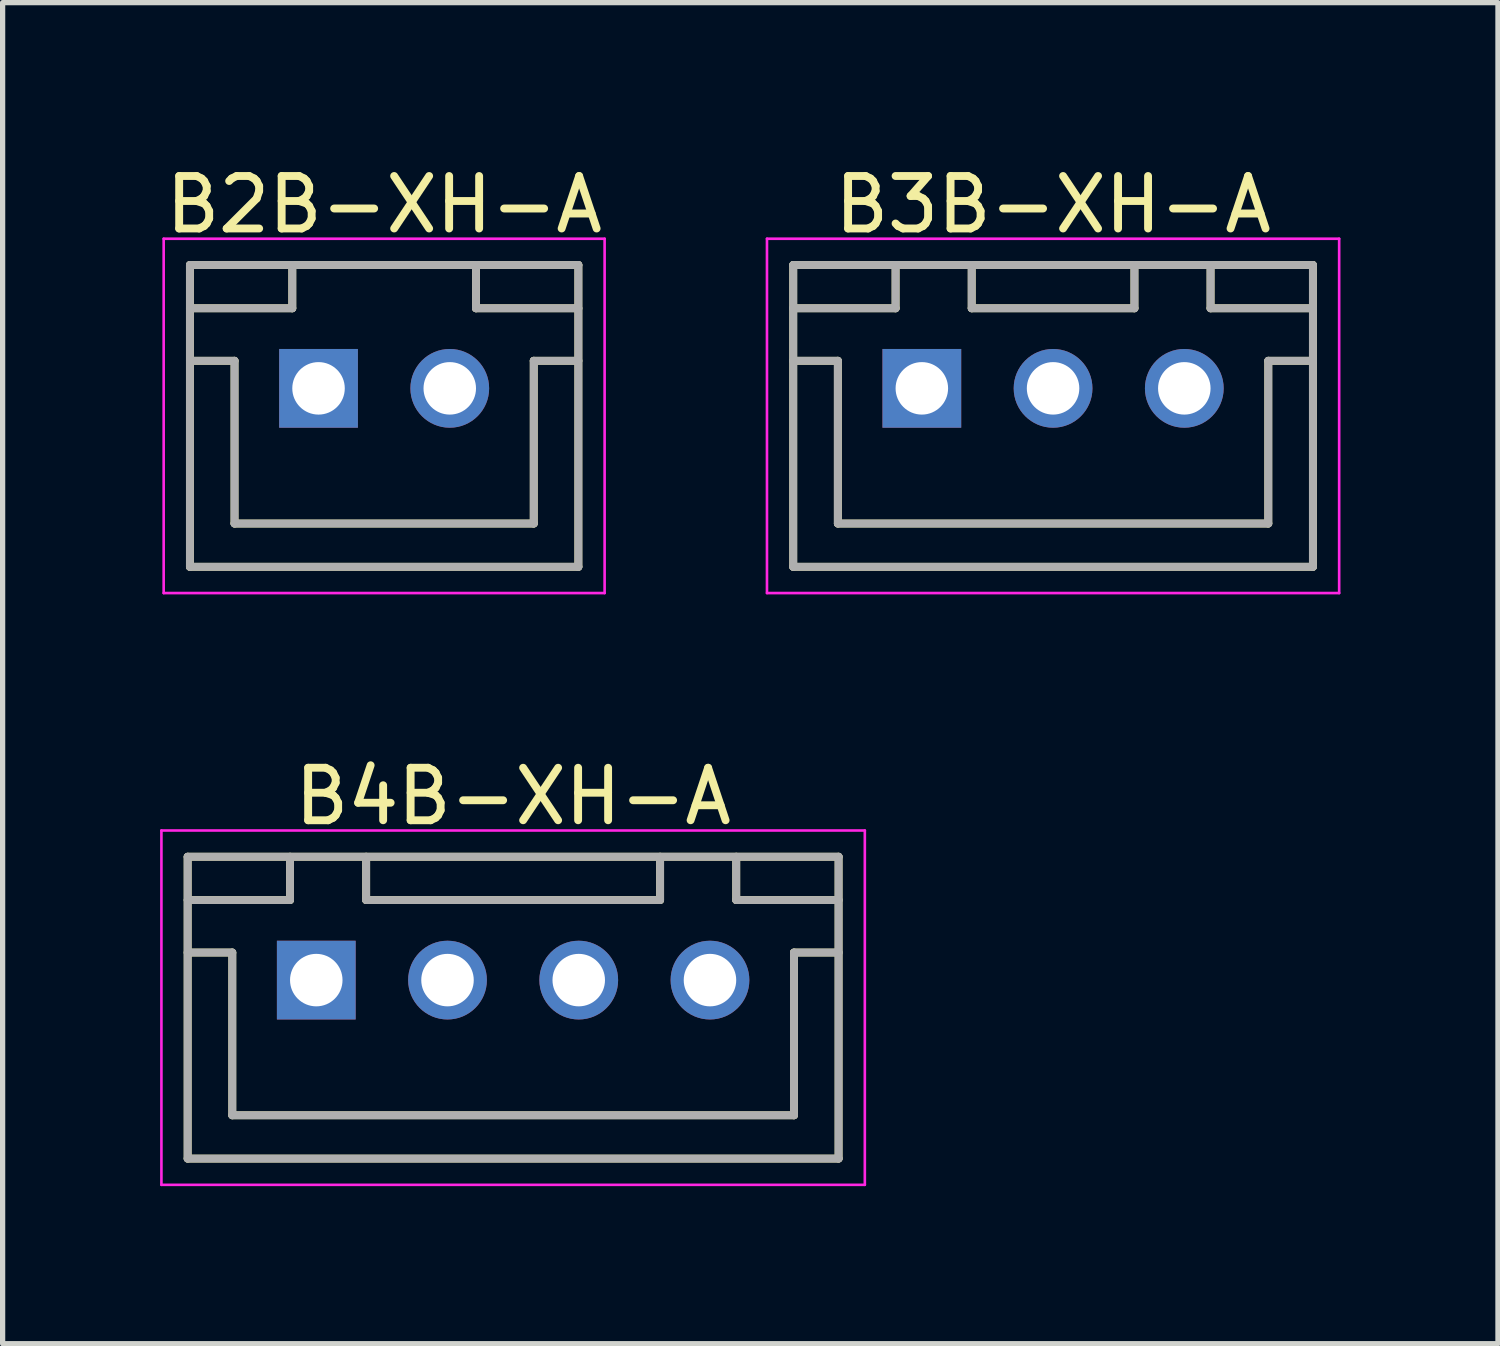
<source format=kicad_pcb>
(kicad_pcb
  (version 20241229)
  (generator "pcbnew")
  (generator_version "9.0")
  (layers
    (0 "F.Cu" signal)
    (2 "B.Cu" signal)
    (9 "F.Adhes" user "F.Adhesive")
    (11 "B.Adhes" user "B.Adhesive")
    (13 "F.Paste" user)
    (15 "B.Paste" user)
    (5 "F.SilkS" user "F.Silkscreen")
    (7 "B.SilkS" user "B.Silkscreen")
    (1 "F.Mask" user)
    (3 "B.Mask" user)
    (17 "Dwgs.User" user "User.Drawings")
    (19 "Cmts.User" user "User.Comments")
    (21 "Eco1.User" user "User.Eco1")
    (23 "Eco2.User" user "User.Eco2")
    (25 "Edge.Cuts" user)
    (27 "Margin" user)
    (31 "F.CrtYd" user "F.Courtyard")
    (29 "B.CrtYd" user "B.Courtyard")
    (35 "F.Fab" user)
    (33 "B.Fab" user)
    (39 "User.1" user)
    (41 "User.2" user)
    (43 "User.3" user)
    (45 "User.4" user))
  (footprint "B2B-XH-A"
    (layer "F.Cu")
    (at 4.268 4.348)
    (property "Reference" "B2B-XH-A" (at 0 -3.5 0) (layer "F.SilkS") (effects (font (size 1 1) (thickness 0.15))))
    (attr smd)
    (fp_line (start -3.7 -2.35) (end -3.7 3.4) (stroke (width 0.15) (type solid)) (layer "F.SilkS"))
    (fp_line (start -3.7 -2.35) (end 3.7 -2.35) (stroke (width 0.15) (type solid)) (layer "F.SilkS"))
    (fp_line (start -3.7 -1.525) (end -1.75 -1.525) (stroke (width 0.15) (type solid)) (layer "F.SilkS"))
    (fp_line (start -3.7 -0.525) (end -2.85 -0.525) (stroke (width 0.15) (type solid)) (layer "F.SilkS"))
    (fp_line (start -3.7 3.4) (end 3.7 3.4) (stroke (width 0.15) (type solid)) (layer "F.SilkS"))
    (fp_line (start -2.85 -0.525) (end -2.85 2.575) (stroke (width 0.15) (type solid)) (layer "F.SilkS"))
    (fp_line (start -2.85 2.575) (end 2.85 2.575) (stroke (width 0.15) (type solid)) (layer "F.SilkS"))
    (fp_line (start -1.75 -2.35) (end -1.75 -1.525) (stroke (width 0.15) (type solid)) (layer "F.SilkS"))
    (fp_line (start 1.75 -2.35) (end 1.75 -1.525) (stroke (width 0.15) (type solid)) (layer "F.SilkS"))
    (fp_line (start 1.75 -1.525) (end 3.7 -1.525) (stroke (width 0.15) (type solid)) (layer "F.SilkS"))
    (fp_line (start 2.85 -0.525) (end 2.85 2.575) (stroke (width 0.15) (type solid)) (layer "F.SilkS"))
    (fp_line (start 2.85 -0.525) (end 3.7 -0.525) (stroke (width 0.15) (type solid)) (layer "F.SilkS"))
    (fp_line (start 3.7 -2.35) (end 3.7 3.4) (stroke (width 0.15) (type solid)) (layer "F.SilkS"))
    (fp_line (start -4.2 -2.85) (end -4.2 3.9) (stroke (width 0.05) (type solid)) (layer "F.CrtYd"))
    (fp_line (start -4.2 -2.85) (end 4.2 -2.85) (stroke (width 0.05) (type solid)) (layer "F.CrtYd"))
    (fp_line (start -4.2 3.9) (end 4.2 3.9) (stroke (width 0.05) (type solid)) (layer "F.CrtYd"))
    (fp_line (start 4.2 -2.85) (end 4.2 3.9) (stroke (width 0.05) (type solid)) (layer "F.CrtYd"))
    (fp_line (start -3.7 -2.35) (end -3.7 3.4) (stroke (width 0.15) (type solid)) (layer "F.Fab"))
    (fp_line (start -3.7 -2.35) (end 3.7 -2.35) (stroke (width 0.15) (type solid)) (layer "F.Fab"))
    (fp_line (start -3.7 -1.525) (end -1.75 -1.525) (stroke (width 0.15) (type solid)) (layer "F.Fab"))
    (fp_line (start -3.7 -0.525) (end -2.85 -0.525) (stroke (width 0.15) (type solid)) (layer "F.Fab"))
    (fp_line (start -3.7 3.4) (end 3.7 3.4) (stroke (width 0.15) (type solid)) (layer "F.Fab"))
    (fp_line (start -2.85 -0.525) (end -2.85 2.575) (stroke (width 0.15) (type solid)) (layer "F.Fab"))
    (fp_line (start -2.85 2.575) (end 2.85 2.575) (stroke (width 0.15) (type solid)) (layer "F.Fab"))
    (fp_line (start -1.75 -2.35) (end -1.75 -1.525) (stroke (width 0.15) (type solid)) (layer "F.Fab"))
    (fp_line (start 1.75 -2.35) (end 1.75 -1.525) (stroke (width 0.15) (type solid)) (layer "F.Fab"))
    (fp_line (start 1.75 -1.525) (end 3.7 -1.525) (stroke (width 0.15) (type solid)) (layer "F.Fab"))
    (fp_line (start 2.85 -0.525) (end 2.85 2.575) (stroke (width 0.15) (type solid)) (layer "F.Fab"))
    (fp_line (start 2.85 -0.525) (end 3.7 -0.525) (stroke (width 0.15) (type solid)) (layer "F.Fab"))
    (fp_line (start 3.7 -2.35) (end 3.7 3.4) (stroke (width 0.15) (type solid)) (layer "F.Fab"))
    (pad "1" thru_hole rect (at -1.25 0) (size 1.5 1.5) (drill 1) (layers "*.Cu" "*.Mask"))
    (pad "2" thru_hole circle (at 1.25 0) (size 1.5 1.5) (drill 1) (layers "*.Cu" "*.Mask")))
  (footprint "B4B-XH-A"
    (layer "F.Cu")
    (at 6.725 15.621)
    (property "Reference" "B4B-XH-A" (at 0 -3.5 0) (layer "F.SilkS") (effects (font (size 1 1) (thickness 0.15))))
    (attr smd)
    (fp_line (start -6.2 -2.35) (end -6.2 3.4) (stroke (width 0.15) (type solid)) (layer "F.SilkS"))
    (fp_line (start -6.2 -2.35) (end 6.2 -2.35) (stroke (width 0.15) (type solid)) (layer "F.SilkS"))
    (fp_line (start -6.2 -1.525) (end -4.25 -1.525) (stroke (width 0.15) (type solid)) (layer "F.SilkS"))
    (fp_line (start -6.2 -0.525) (end -5.35 -0.525) (stroke (width 0.15) (type solid)) (layer "F.SilkS"))
    (fp_line (start -6.2 3.4) (end 6.2 3.4) (stroke (width 0.15) (type solid)) (layer "F.SilkS"))
    (fp_line (start -5.35 -0.525) (end -5.35 2.575) (stroke (width 0.15) (type solid)) (layer "F.SilkS"))
    (fp_line (start -5.35 2.575) (end 5.35 2.575) (stroke (width 0.15) (type solid)) (layer "F.SilkS"))
    (fp_line (start -4.25 -2.35) (end -4.25 -1.525) (stroke (width 0.15) (type solid)) (layer "F.SilkS"))
    (fp_line (start -2.8 -2.35) (end -2.8 -1.525) (stroke (width 0.15) (type solid)) (layer "F.SilkS"))
    (fp_line (start -2.8 -1.525) (end 2.8 -1.525) (stroke (width 0.15) (type solid)) (layer "F.SilkS"))
    (fp_line (start 2.8 -2.35) (end 2.8 -1.525) (stroke (width 0.15) (type solid)) (layer "F.SilkS"))
    (fp_line (start 4.25 -2.35) (end 4.25 -1.525) (stroke (width 0.15) (type solid)) (layer "F.SilkS"))
    (fp_line (start 4.25 -1.525) (end 6.2 -1.525) (stroke (width 0.15) (type solid)) (layer "F.SilkS"))
    (fp_line (start 5.35 -0.525) (end 5.35 2.575) (stroke (width 0.15) (type solid)) (layer "F.SilkS"))
    (fp_line (start 5.35 -0.525) (end 6.2 -0.525) (stroke (width 0.15) (type solid)) (layer "F.SilkS"))
    (fp_line (start 6.2 -2.35) (end 6.2 3.4) (stroke (width 0.15) (type solid)) (layer "F.SilkS"))
    (fp_line (start -6.7 -2.85) (end -6.7 3.9) (stroke (width 0.05) (type solid)) (layer "F.CrtYd"))
    (fp_line (start -6.7 -2.85) (end 6.7 -2.85) (stroke (width 0.05) (type solid)) (layer "F.CrtYd"))
    (fp_line (start -6.7 3.9) (end 6.7 3.9) (stroke (width 0.05) (type solid)) (layer "F.CrtYd"))
    (fp_line (start 6.7 -2.85) (end 6.7 3.9) (stroke (width 0.05) (type solid)) (layer "F.CrtYd"))
    (fp_line (start -6.2 -2.35) (end -6.2 3.4) (stroke (width 0.15) (type solid)) (layer "F.Fab"))
    (fp_line (start -6.2 -2.35) (end 6.2 -2.35) (stroke (width 0.15) (type solid)) (layer "F.Fab"))
    (fp_line (start -6.2 -1.525) (end -4.25 -1.525) (stroke (width 0.15) (type solid)) (layer "F.Fab"))
    (fp_line (start -6.2 -0.525) (end -5.35 -0.525) (stroke (width 0.15) (type solid)) (layer "F.Fab"))
    (fp_line (start -6.2 3.4) (end 6.2 3.4) (stroke (width 0.15) (type solid)) (layer "F.Fab"))
    (fp_line (start -5.35 -0.525) (end -5.35 2.575) (stroke (width 0.15) (type solid)) (layer "F.Fab"))
    (fp_line (start -5.35 2.575) (end 5.35 2.575) (stroke (width 0.15) (type solid)) (layer "F.Fab"))
    (fp_line (start -4.25 -2.35) (end -4.25 -1.525) (stroke (width 0.15) (type solid)) (layer "F.Fab"))
    (fp_line (start -2.8 -2.35) (end -2.8 -1.525) (stroke (width 0.15) (type solid)) (layer "F.Fab"))
    (fp_line (start -2.8 -1.525) (end 2.8 -1.525) (stroke (width 0.15) (type solid)) (layer "F.Fab"))
    (fp_line (start 2.8 -2.35) (end 2.8 -1.525) (stroke (width 0.15) (type solid)) (layer "F.Fab"))
    (fp_line (start 4.25 -2.35) (end 4.25 -1.525) (stroke (width 0.15) (type solid)) (layer "F.Fab"))
    (fp_line (start 4.25 -1.525) (end 6.2 -1.525) (stroke (width 0.15) (type solid)) (layer "F.Fab"))
    (fp_line (start 5.35 -0.525) (end 5.35 2.575) (stroke (width 0.15) (type solid)) (layer "F.Fab"))
    (fp_line (start 5.35 -0.525) (end 6.2 -0.525) (stroke (width 0.15) (type solid)) (layer "F.Fab"))
    (fp_line (start 6.2 -2.35) (end 6.2 3.4) (stroke (width 0.15) (type solid)) (layer "F.Fab"))
    (pad "1" thru_hole rect (at -3.75 0) (size 1.5 1.5) (drill 1) (layers "*.Cu" "*.Mask"))
    (pad "2" thru_hole circle (at -1.25 0) (size 1.5 1.5) (drill 1) (layers "*.Cu" "*.Mask"))
    (pad "3" thru_hole circle (at 1.25 0) (size 1.5 1.5) (drill 1) (layers "*.Cu" "*.Mask"))
    (pad "4" thru_hole circle (at 3.75 0) (size 1.5 1.5) (drill 1) (layers "*.Cu" "*.Mask")))
  (footprint "B3B-XH-A"
    (layer "F.Cu")
    (at 17.011 4.348)
    (property "Reference" "B3B-XH-A" (at 0 -3.5 0) (layer "F.SilkS") (effects (font (size 1 1) (thickness 0.15))))
    (attr smd)
    (fp_line (start -4.95 -2.35) (end -4.95 3.4) (stroke (width 0.15) (type solid)) (layer "F.SilkS"))
    (fp_line (start -4.95 -2.35) (end 4.95 -2.35) (stroke (width 0.15) (type solid)) (layer "F.SilkS"))
    (fp_line (start -4.95 -1.525) (end -3 -1.525) (stroke (width 0.15) (type solid)) (layer "F.SilkS"))
    (fp_line (start -4.95 -0.525) (end -4.1 -0.525) (stroke (width 0.15) (type solid)) (layer "F.SilkS"))
    (fp_line (start -4.95 3.4) (end 4.95 3.4) (stroke (width 0.15) (type solid)) (layer "F.SilkS"))
    (fp_line (start -4.1 -0.525) (end -4.1 2.575) (stroke (width 0.15) (type solid)) (layer "F.SilkS"))
    (fp_line (start -4.1 2.575) (end 4.1 2.575) (stroke (width 0.15) (type solid)) (layer "F.SilkS"))
    (fp_line (start -3 -2.35) (end -3 -1.525) (stroke (width 0.15) (type solid)) (layer "F.SilkS"))
    (fp_line (start -1.55 -2.35) (end -1.55 -1.525) (stroke (width 0.15) (type solid)) (layer "F.SilkS"))
    (fp_line (start -1.55 -1.525) (end 1.55 -1.525) (stroke (width 0.15) (type solid)) (layer "F.SilkS"))
    (fp_line (start 1.55 -2.35) (end 1.55 -1.525) (stroke (width 0.15) (type solid)) (layer "F.SilkS"))
    (fp_line (start 3 -2.35) (end 3 -1.525) (stroke (width 0.15) (type solid)) (layer "F.SilkS"))
    (fp_line (start 3 -1.525) (end 4.95 -1.525) (stroke (width 0.15) (type solid)) (layer "F.SilkS"))
    (fp_line (start 4.1 -0.525) (end 4.1 2.575) (stroke (width 0.15) (type solid)) (layer "F.SilkS"))
    (fp_line (start 4.1 -0.525) (end 4.95 -0.525) (stroke (width 0.15) (type solid)) (layer "F.SilkS"))
    (fp_line (start 4.95 -2.35) (end 4.95 3.4) (stroke (width 0.15) (type solid)) (layer "F.SilkS"))
    (fp_line (start -5.45 -2.85) (end -5.45 3.9) (stroke (width 0.05) (type solid)) (layer "F.CrtYd"))
    (fp_line (start -5.45 -2.85) (end 5.45 -2.85) (stroke (width 0.05) (type solid)) (layer "F.CrtYd"))
    (fp_line (start -5.45 3.9) (end 5.45 3.9) (stroke (width 0.05) (type solid)) (layer "F.CrtYd"))
    (fp_line (start 5.45 -2.85) (end 5.45 3.9) (stroke (width 0.05) (type solid)) (layer "F.CrtYd"))
    (fp_line (start -4.95 -2.35) (end -4.95 3.4) (stroke (width 0.15) (type solid)) (layer "F.Fab"))
    (fp_line (start -4.95 -2.35) (end 4.95 -2.35) (stroke (width 0.15) (type solid)) (layer "F.Fab"))
    (fp_line (start -4.95 -1.525) (end -3 -1.525) (stroke (width 0.15) (type solid)) (layer "F.Fab"))
    (fp_line (start -4.95 -0.525) (end -4.1 -0.525) (stroke (width 0.15) (type solid)) (layer "F.Fab"))
    (fp_line (start -4.95 3.4) (end 4.95 3.4) (stroke (width 0.15) (type solid)) (layer "F.Fab"))
    (fp_line (start -4.1 -0.525) (end -4.1 2.575) (stroke (width 0.15) (type solid)) (layer "F.Fab"))
    (fp_line (start -4.1 2.575) (end 4.1 2.575) (stroke (width 0.15) (type solid)) (layer "F.Fab"))
    (fp_line (start -3 -2.35) (end -3 -1.525) (stroke (width 0.15) (type solid)) (layer "F.Fab"))
    (fp_line (start -1.55 -2.35) (end -1.55 -1.525) (stroke (width 0.15) (type solid)) (layer "F.Fab"))
    (fp_line (start -1.55 -1.525) (end 1.55 -1.525) (stroke (width 0.15) (type solid)) (layer "F.Fab"))
    (fp_line (start 1.55 -2.35) (end 1.55 -1.525) (stroke (width 0.15) (type solid)) (layer "F.Fab"))
    (fp_line (start 3 -2.35) (end 3 -1.525) (stroke (width 0.15) (type solid)) (layer "F.Fab"))
    (fp_line (start 3 -1.525) (end 4.95 -1.525) (stroke (width 0.15) (type solid)) (layer "F.Fab"))
    (fp_line (start 4.1 -0.525) (end 4.1 2.575) (stroke (width 0.15) (type solid)) (layer "F.Fab"))
    (fp_line (start 4.1 -0.525) (end 4.95 -0.525) (stroke (width 0.15) (type solid)) (layer "F.Fab"))
    (fp_line (start 4.95 -2.35) (end 4.95 3.4) (stroke (width 0.15) (type solid)) (layer "F.Fab"))
    (pad "1" thru_hole rect (at -2.5 0) (size 1.5 1.5) (drill 1) (layers "*.Cu" "*.Mask"))
    (pad "2" thru_hole circle (at 0 0) (size 1.5 1.5) (drill 1) (layers "*.Cu" "*.Mask"))
    (pad "3" thru_hole circle (at 2.5 0) (size 1.5 1.5) (drill 1) (layers "*.Cu" "*.Mask")))
  (gr_rect
    (start -3 -3)
    (end 25.486 22.547)
    (stroke (width 0.1) (type default))
    (fill no)
    (layer "Edge.Cuts")))
</source>
